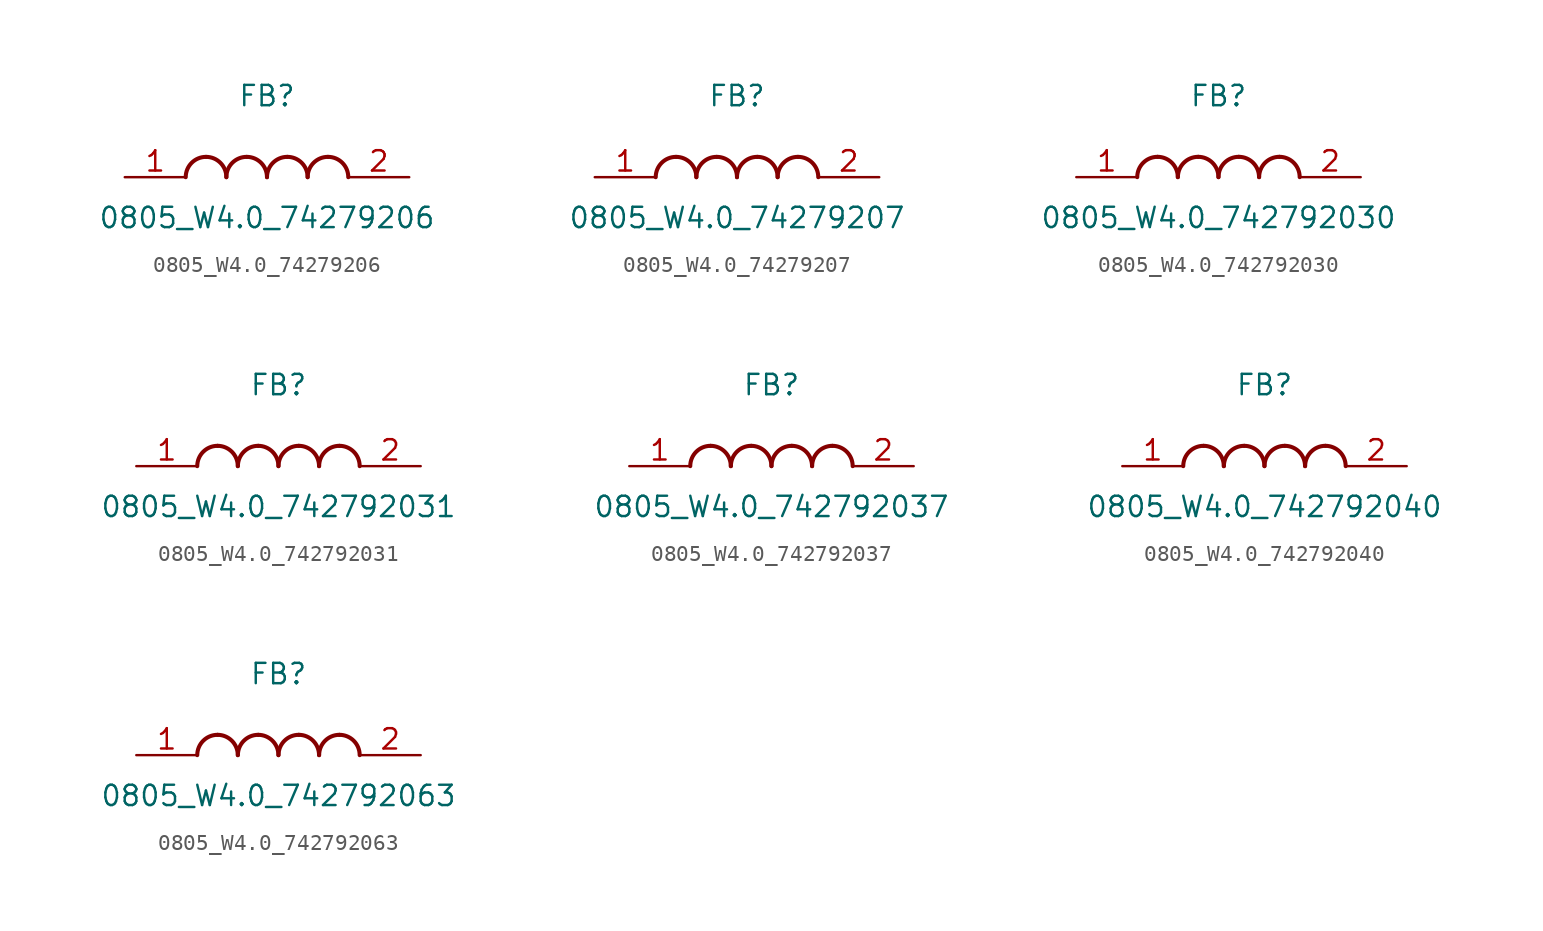
<source format=kicad_sym>
(kicad_symbol_lib
  (version 20211014)
  (generator kicad_symbol_editor)
  (symbol "Ferrite_Wurth_WE-CBF:0805_W4.0_74279206"
    (pin_names hide)
    (property "Reference" "FB"
      (at 0 5.08 0)
      (effects (font (size 1.27 1.27))))
    (property "Value" "0805_W4.0_74279206"
      (at 0 -2.54 0)
      (effects (font (size 1.27 1.27))))
    (symbol "0805_W4.0_74279206_0_1"
      (arc (start -3.81 1.27) (mid -4.708 0.898) (end -5.08 0) (stroke (width 0.254) (type default)) (fill (type none)))
      (arc (start -2.54 0) (mid -2.912 0.898) (end -3.81 1.27) (stroke (width 0.254) (type default)) (fill (type none)))
      (arc (start -1.2699 1.2701) (mid -2.1679 0.8981) (end -2.5399 0.0001) (stroke (width 0.254) (type default)) (fill (type none)))
      (arc (start 0.0001 0.0001) (mid -0.3719 0.8981) (end -1.2699 1.2701) (stroke (width 0.254) (type default)) (fill (type none)))
      (arc (start 1.2701 1.2701) (mid 0.3721 0.8981) (end 0.0001 0.0001) (stroke (width 0.254) (type default)) (fill (type none)))
      (arc (start 2.5401 0.0001) (mid 2.1681 0.8981) (end 1.2701 1.2701) (stroke (width 0.254) (type default)) (fill (type none)))
      (arc (start 3.8101 1.2701) (mid 2.9121 0.8981) (end 2.5401 0.0001) (stroke (width 0.254) (type default)) (fill (type none)))
      (arc (start 5.0801 0.0001) (mid 4.7081 0.8981) (end 3.8101 1.2701) (stroke (width 0.254) (type default)) (fill (type none))))
    (symbol "0805_W4.0_74279206_1_1"
      (pin passive line (at -8.89 0 0) (length 3.81) (name "1" (effects (font (size 1.27 1.27)))) (number "1" (effects (font (size 1.27 1.27)))))
      (pin passive line (at 8.89 0 180) (length 3.81) (name "2" (effects (font (size 1.27 1.27)))) (number "2" (effects (font (size 1.27 1.27)))))))
  (symbol "Ferrite_Wurth_WE-CBF:0805_W4.0_74279207"
    (pin_names hide)
    (property "Reference" "FB"
      (at 0 5.08 0)
      (effects (font (size 1.27 1.27))))
    (property "Value" "0805_W4.0_74279207"
      (at 0 -2.54 0)
      (effects (font (size 1.27 1.27))))
    (symbol "0805_W4.0_74279207_0_1"
      (arc (start -3.81 1.27) (mid -4.708 0.898) (end -5.08 0) (stroke (width 0.254) (type default)) (fill (type none)))
      (arc (start -2.54 0) (mid -2.912 0.898) (end -3.81 1.27) (stroke (width 0.254) (type default)) (fill (type none)))
      (arc (start -1.2699 1.2701) (mid -2.1679 0.8981) (end -2.5399 0.0001) (stroke (width 0.254) (type default)) (fill (type none)))
      (arc (start 0.0001 0.0001) (mid -0.3719 0.8981) (end -1.2699 1.2701) (stroke (width 0.254) (type default)) (fill (type none)))
      (arc (start 1.2701 1.2701) (mid 0.3721 0.8981) (end 0.0001 0.0001) (stroke (width 0.254) (type default)) (fill (type none)))
      (arc (start 2.5401 0.0001) (mid 2.1681 0.8981) (end 1.2701 1.2701) (stroke (width 0.254) (type default)) (fill (type none)))
      (arc (start 3.8101 1.2701) (mid 2.9121 0.8981) (end 2.5401 0.0001) (stroke (width 0.254) (type default)) (fill (type none)))
      (arc (start 5.0801 0.0001) (mid 4.7081 0.8981) (end 3.8101 1.2701) (stroke (width 0.254) (type default)) (fill (type none))))
    (symbol "0805_W4.0_74279207_1_1"
      (pin passive line (at -8.89 0 0) (length 3.81) (name "1" (effects (font (size 1.27 1.27)))) (number "1" (effects (font (size 1.27 1.27)))))
      (pin passive line (at 8.89 0 180) (length 3.81) (name "2" (effects (font (size 1.27 1.27)))) (number "2" (effects (font (size 1.27 1.27)))))))
  (symbol "Ferrite_Wurth_WE-CBF:0805_W4.0_742792030"
    (pin_names hide)
    (property "Reference" "FB"
      (at 0 5.08 0)
      (effects (font (size 1.27 1.27))))
    (property "Value" "0805_W4.0_742792030"
      (at 0 -2.54 0)
      (effects (font (size 1.27 1.27))))
    (symbol "0805_W4.0_742792030_0_1"
      (arc (start -3.81 1.27) (mid -4.708 0.898) (end -5.08 0) (stroke (width 0.254) (type default)) (fill (type none)))
      (arc (start -2.54 0) (mid -2.912 0.898) (end -3.81 1.27) (stroke (width 0.254) (type default)) (fill (type none)))
      (arc (start -1.2699 1.2701) (mid -2.1679 0.8981) (end -2.5399 0.0001) (stroke (width 0.254) (type default)) (fill (type none)))
      (arc (start 0.0001 0.0001) (mid -0.3719 0.8981) (end -1.2699 1.2701) (stroke (width 0.254) (type default)) (fill (type none)))
      (arc (start 1.2701 1.2701) (mid 0.3721 0.8981) (end 0.0001 0.0001) (stroke (width 0.254) (type default)) (fill (type none)))
      (arc (start 2.5401 0.0001) (mid 2.1681 0.8981) (end 1.2701 1.2701) (stroke (width 0.254) (type default)) (fill (type none)))
      (arc (start 3.8101 1.2701) (mid 2.9121 0.8981) (end 2.5401 0.0001) (stroke (width 0.254) (type default)) (fill (type none)))
      (arc (start 5.0801 0.0001) (mid 4.7081 0.8981) (end 3.8101 1.2701) (stroke (width 0.254) (type default)) (fill (type none))))
    (symbol "0805_W4.0_742792030_1_1"
      (pin passive line (at -8.89 0 0) (length 3.81) (name "1" (effects (font (size 1.27 1.27)))) (number "1" (effects (font (size 1.27 1.27)))))
      (pin passive line (at 8.89 0 180) (length 3.81) (name "2" (effects (font (size 1.27 1.27)))) (number "2" (effects (font (size 1.27 1.27)))))))
  (symbol "Ferrite_Wurth_WE-CBF:0805_W4.0_742792031"
    (pin_names hide)
    (property "Reference" "FB"
      (at 0 5.08 0)
      (effects (font (size 1.27 1.27))))
    (property "Value" "0805_W4.0_742792031"
      (at 0 -2.54 0)
      (effects (font (size 1.27 1.27))))
    (symbol "0805_W4.0_742792031_0_1"
      (arc (start -3.81 1.27) (mid -4.708 0.898) (end -5.08 0) (stroke (width 0.254) (type default)) (fill (type none)))
      (arc (start -2.54 0) (mid -2.912 0.898) (end -3.81 1.27) (stroke (width 0.254) (type default)) (fill (type none)))
      (arc (start -1.2699 1.2701) (mid -2.1679 0.8981) (end -2.5399 0.0001) (stroke (width 0.254) (type default)) (fill (type none)))
      (arc (start 0.0001 0.0001) (mid -0.3719 0.8981) (end -1.2699 1.2701) (stroke (width 0.254) (type default)) (fill (type none)))
      (arc (start 1.2701 1.2701) (mid 0.3721 0.8981) (end 0.0001 0.0001) (stroke (width 0.254) (type default)) (fill (type none)))
      (arc (start 2.5401 0.0001) (mid 2.1681 0.8981) (end 1.2701 1.2701) (stroke (width 0.254) (type default)) (fill (type none)))
      (arc (start 3.8101 1.2701) (mid 2.9121 0.8981) (end 2.5401 0.0001) (stroke (width 0.254) (type default)) (fill (type none)))
      (arc (start 5.0801 0.0001) (mid 4.7081 0.8981) (end 3.8101 1.2701) (stroke (width 0.254) (type default)) (fill (type none))))
    (symbol "0805_W4.0_742792031_1_1"
      (pin passive line (at -8.89 0 0) (length 3.81) (name "1" (effects (font (size 1.27 1.27)))) (number "1" (effects (font (size 1.27 1.27)))))
      (pin passive line (at 8.89 0 180) (length 3.81) (name "2" (effects (font (size 1.27 1.27)))) (number "2" (effects (font (size 1.27 1.27)))))))
  (symbol "Ferrite_Wurth_WE-CBF:0805_W4.0_742792037"
    (pin_names hide)
    (property "Reference" "FB"
      (at 0 5.08 0)
      (effects (font (size 1.27 1.27))))
    (property "Value" "0805_W4.0_742792037"
      (at 0 -2.54 0)
      (effects (font (size 1.27 1.27))))
    (symbol "0805_W4.0_742792037_0_1"
      (arc (start -3.81 1.27) (mid -4.708 0.898) (end -5.08 0) (stroke (width 0.254) (type default)) (fill (type none)))
      (arc (start -2.54 0) (mid -2.912 0.898) (end -3.81 1.27) (stroke (width 0.254) (type default)) (fill (type none)))
      (arc (start -1.2699 1.2701) (mid -2.1679 0.8981) (end -2.5399 0.0001) (stroke (width 0.254) (type default)) (fill (type none)))
      (arc (start 0.0001 0.0001) (mid -0.3719 0.8981) (end -1.2699 1.2701) (stroke (width 0.254) (type default)) (fill (type none)))
      (arc (start 1.2701 1.2701) (mid 0.3721 0.8981) (end 0.0001 0.0001) (stroke (width 0.254) (type default)) (fill (type none)))
      (arc (start 2.5401 0.0001) (mid 2.1681 0.8981) (end 1.2701 1.2701) (stroke (width 0.254) (type default)) (fill (type none)))
      (arc (start 3.8101 1.2701) (mid 2.9121 0.8981) (end 2.5401 0.0001) (stroke (width 0.254) (type default)) (fill (type none)))
      (arc (start 5.0801 0.0001) (mid 4.7081 0.8981) (end 3.8101 1.2701) (stroke (width 0.254) (type default)) (fill (type none))))
    (symbol "0805_W4.0_742792037_1_1"
      (pin passive line (at -8.89 0 0) (length 3.81) (name "1" (effects (font (size 1.27 1.27)))) (number "1" (effects (font (size 1.27 1.27)))))
      (pin passive line (at 8.89 0 180) (length 3.81) (name "2" (effects (font (size 1.27 1.27)))) (number "2" (effects (font (size 1.27 1.27)))))))
  (symbol "Ferrite_Wurth_WE-CBF:0805_W4.0_742792040"
    (pin_names hide)
    (property "Reference" "FB"
      (at 0 5.08 0)
      (effects (font (size 1.27 1.27))))
    (property "Value" "0805_W4.0_742792040"
      (at 0 -2.54 0)
      (effects (font (size 1.27 1.27))))
    (symbol "0805_W4.0_742792040_0_1"
      (arc (start -3.81 1.27) (mid -4.708 0.898) (end -5.08 0) (stroke (width 0.254) (type default)) (fill (type none)))
      (arc (start -2.54 0) (mid -2.912 0.898) (end -3.81 1.27) (stroke (width 0.254) (type default)) (fill (type none)))
      (arc (start -1.2699 1.2701) (mid -2.1679 0.8981) (end -2.5399 0.0001) (stroke (width 0.254) (type default)) (fill (type none)))
      (arc (start 0.0001 0.0001) (mid -0.3719 0.8981) (end -1.2699 1.2701) (stroke (width 0.254) (type default)) (fill (type none)))
      (arc (start 1.2701 1.2701) (mid 0.3721 0.8981) (end 0.0001 0.0001) (stroke (width 0.254) (type default)) (fill (type none)))
      (arc (start 2.5401 0.0001) (mid 2.1681 0.8981) (end 1.2701 1.2701) (stroke (width 0.254) (type default)) (fill (type none)))
      (arc (start 3.8101 1.2701) (mid 2.9121 0.8981) (end 2.5401 0.0001) (stroke (width 0.254) (type default)) (fill (type none)))
      (arc (start 5.0801 0.0001) (mid 4.7081 0.8981) (end 3.8101 1.2701) (stroke (width 0.254) (type default)) (fill (type none))))
    (symbol "0805_W4.0_742792040_1_1"
      (pin passive line (at -8.89 0 0) (length 3.81) (name "1" (effects (font (size 1.27 1.27)))) (number "1" (effects (font (size 1.27 1.27)))))
      (pin passive line (at 8.89 0 180) (length 3.81) (name "2" (effects (font (size 1.27 1.27)))) (number "2" (effects (font (size 1.27 1.27)))))))
  (symbol "Ferrite_Wurth_WE-CBF:0805_W4.0_742792063"
    (pin_names hide)
    (property "Reference" "FB"
      (at 0 5.08 0)
      (effects (font (size 1.27 1.27))))
    (property "Value" "0805_W4.0_742792063"
      (at 0 -2.54 0)
      (effects (font (size 1.27 1.27))))
    (symbol "0805_W4.0_742792063_0_1"
      (arc (start -3.81 1.27) (mid -4.708 0.898) (end -5.08 0) (stroke (width 0.254) (type default)) (fill (type none)))
      (arc (start -2.54 0) (mid -2.912 0.898) (end -3.81 1.27) (stroke (width 0.254) (type default)) (fill (type none)))
      (arc (start -1.2699 1.2701) (mid -2.1679 0.8981) (end -2.5399 0.0001) (stroke (width 0.254) (type default)) (fill (type none)))
      (arc (start 0.0001 0.0001) (mid -0.3719 0.8981) (end -1.2699 1.2701) (stroke (width 0.254) (type default)) (fill (type none)))
      (arc (start 1.2701 1.2701) (mid 0.3721 0.8981) (end 0.0001 0.0001) (stroke (width 0.254) (type default)) (fill (type none)))
      (arc (start 2.5401 0.0001) (mid 2.1681 0.8981) (end 1.2701 1.2701) (stroke (width 0.254) (type default)) (fill (type none)))
      (arc (start 3.8101 1.2701) (mid 2.9121 0.8981) (end 2.5401 0.0001) (stroke (width 0.254) (type default)) (fill (type none)))
      (arc (start 5.0801 0.0001) (mid 4.7081 0.8981) (end 3.8101 1.2701) (stroke (width 0.254) (type default)) (fill (type none))))
    (symbol "0805_W4.0_742792063_1_1"
      (pin passive line (at -8.89 0 0) (length 3.81) (name "1" (effects (font (size 1.27 1.27)))) (number "1" (effects (font (size 1.27 1.27)))))
      (pin passive line (at 8.89 0 180) (length 3.81) (name "2" (effects (font (size 1.27 1.27)))) (number "2" (effects (font (size 1.27 1.27))))))))
</source>
